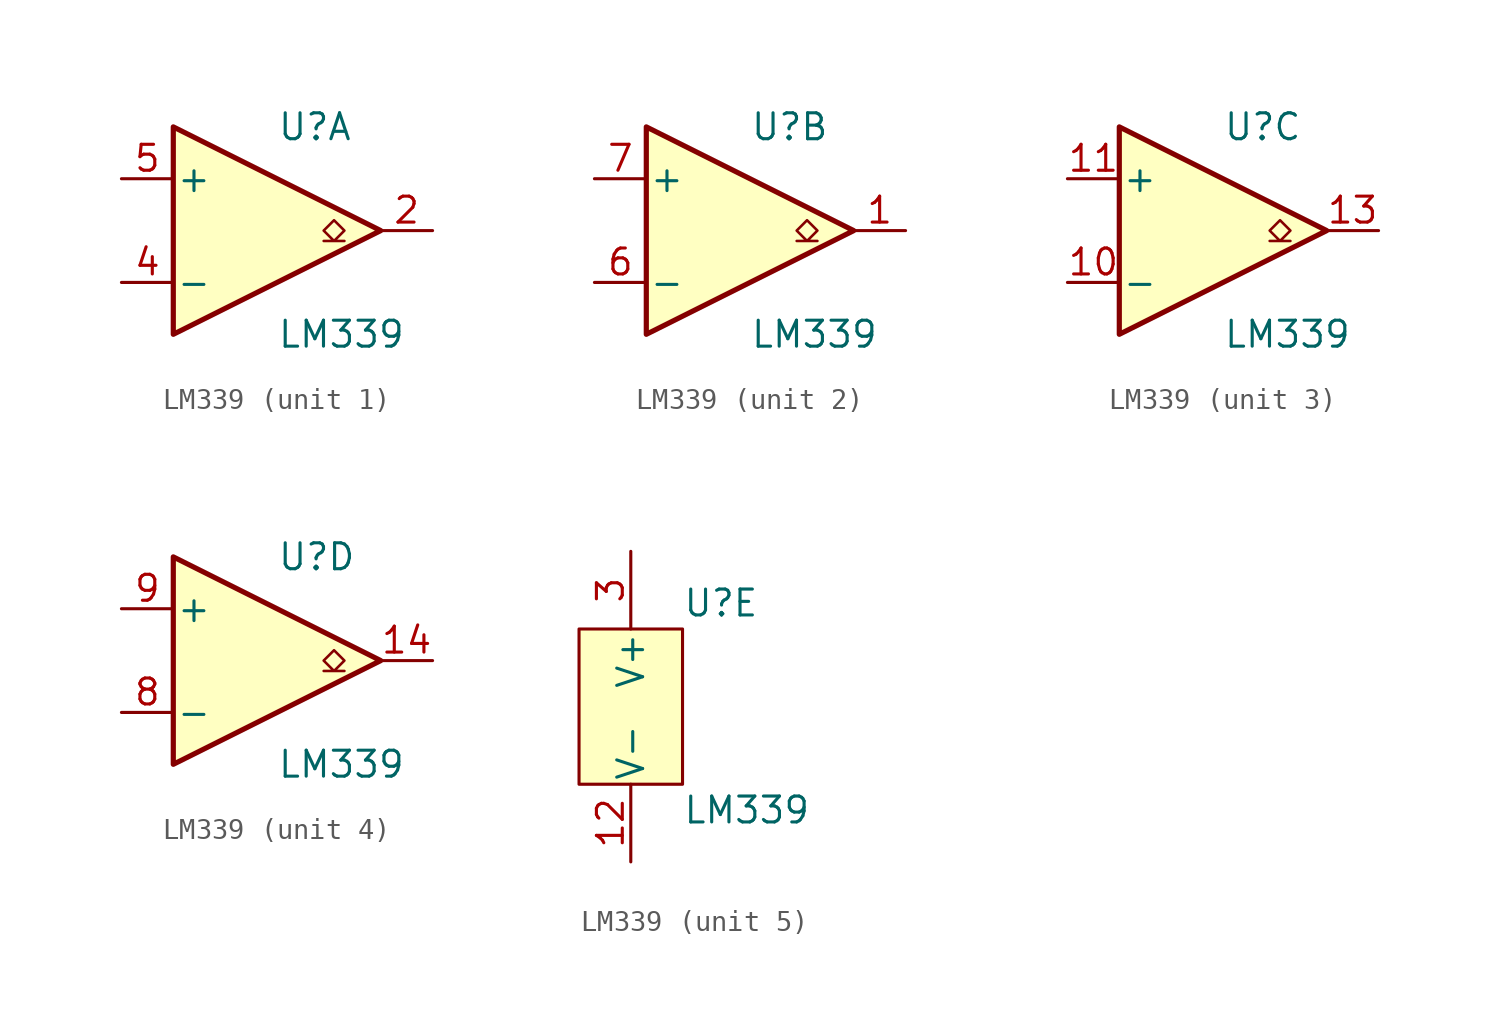
<source format=kicad_sym>
(kicad_symbol_lib
  (version 20211014)
  (generator kicad_symbol_editor)
  (symbol "LM339"
    (pin_names
      (offset 0.127))
    (property "Reference" "U"
      (at 0 5.08 0)
      (effects (font (size 1.27 1.27)) (justify left)))
    (property "Value" "LM339"
      (at 0 -5.08 0)
      (effects (font (size 1.27 1.27)) (justify left)))
    (property "ki_locked" ""
      (at 0 0 0)
      (effects (font (size 1.27 1.27))))
    (symbol "LM339_1_1"
      (polyline (pts (xy -5.08 5.08) (xy 5.08 0) (xy -5.08 -5.08) (xy -5.08 5.08)) (stroke (width 0.254) (type default) (color 0 0 0 0)) (fill (type background)))
      (polyline (pts (xy 3.302 -0.508) (xy 2.794 -0.508) (xy 3.302 0) (xy 2.794 0.508) (xy 2.286 0) (xy 2.794 -0.508) (xy 2.286 -0.508)) (stroke (width 0.127) (type default) (color 0 0 0 0)) (fill (type none)))
      (pin open_collector line (at 7.62 0 180) (length 2.54) (name "~" (effects (font (size 1.27 1.27)))) (number "2" (effects (font (size 1.27 1.27)))))
      (pin input line (at -7.62 -2.54 0) (length 2.54) (name "-" (effects (font (size 1.27 1.27)))) (number "4" (effects (font (size 1.27 1.27)))))
      (pin input line (at -7.62 2.54 0) (length 2.54) (name "+" (effects (font (size 1.27 1.27)))) (number "5" (effects (font (size 1.27 1.27))))))
    (symbol "LM339_2_1"
      (polyline (pts (xy -5.08 5.08) (xy 5.08 0) (xy -5.08 -5.08) (xy -5.08 5.08)) (stroke (width 0.254) (type default) (color 0 0 0 0)) (fill (type background)))
      (polyline (pts (xy 3.302 -0.508) (xy 2.794 -0.508) (xy 3.302 0) (xy 2.794 0.508) (xy 2.286 0) (xy 2.794 -0.508) (xy 2.286 -0.508)) (stroke (width 0.127) (type default) (color 0 0 0 0)) (fill (type none)))
      (pin open_collector line (at 7.62 0 180) (length 2.54) (name "~" (effects (font (size 1.27 1.27)))) (number "1" (effects (font (size 1.27 1.27)))))
      (pin input line (at -7.62 -2.54 0) (length 2.54) (name "-" (effects (font (size 1.27 1.27)))) (number "6" (effects (font (size 1.27 1.27)))))
      (pin input line (at -7.62 2.54 0) (length 2.54) (name "+" (effects (font (size 1.27 1.27)))) (number "7" (effects (font (size 1.27 1.27))))))
    (symbol "LM339_3_1"
      (polyline (pts (xy -5.08 5.08) (xy 5.08 0) (xy -5.08 -5.08) (xy -5.08 5.08)) (stroke (width 0.254) (type default) (color 0 0 0 0)) (fill (type background)))
      (polyline (pts (xy 3.302 -0.508) (xy 2.794 -0.508) (xy 3.302 0) (xy 2.794 0.508) (xy 2.286 0) (xy 2.794 -0.508) (xy 2.286 -0.508)) (stroke (width 0.127) (type default) (color 0 0 0 0)) (fill (type none)))
      (pin input line (at -7.62 -2.54 0) (length 2.54) (name "-" (effects (font (size 1.27 1.27)))) (number "10" (effects (font (size 1.27 1.27)))))
      (pin input line (at -7.62 2.54 0) (length 2.54) (name "+" (effects (font (size 1.27 1.27)))) (number "11" (effects (font (size 1.27 1.27)))))
      (pin open_collector line (at 7.62 0 180) (length 2.54) (name "~" (effects (font (size 1.27 1.27)))) (number "13" (effects (font (size 1.27 1.27))))))
    (symbol "LM339_4_1"
      (polyline (pts (xy -5.08 5.08) (xy 5.08 0) (xy -5.08 -5.08) (xy -5.08 5.08)) (stroke (width 0.254) (type default) (color 0 0 0 0)) (fill (type background)))
      (polyline (pts (xy 3.302 -0.508) (xy 2.794 -0.508) (xy 3.302 0) (xy 2.794 0.508) (xy 2.286 0) (xy 2.794 -0.508) (xy 2.286 -0.508)) (stroke (width 0.127) (type default) (color 0 0 0 0)) (fill (type none)))
      (pin open_collector line (at 7.62 0 180) (length 2.54) (name "~" (effects (font (size 1.27 1.27)))) (number "14" (effects (font (size 1.27 1.27)))))
      (pin input line (at -7.62 -2.54 0) (length 2.54) (name "-" (effects (font (size 1.27 1.27)))) (number "8" (effects (font (size 1.27 1.27)))))
      (pin input line (at -7.62 2.54 0) (length 2.54) (name "+" (effects (font (size 1.27 1.27)))) (number "9" (effects (font (size 1.27 1.27))))))
    (symbol "LM339_5_1"
      (rectangle (start -5.08 3.81) (end 0 -3.81) (stroke (width 0.152) (type default) (color 0 0 0 0)) (fill (type background)))
      (pin power_in line (at -2.54 -7.62 90) (length 3.81) (name "V-" (effects (font (size 1.27 1.27)))) (number "12" (effects (font (size 1.27 1.27)))))
      (pin power_in line (at -2.54 7.62 270) (length 3.81) (name "V+" (effects (font (size 1.27 1.27)))) (number "3" (effects (font (size 1.27 1.27))))))))
</source>
